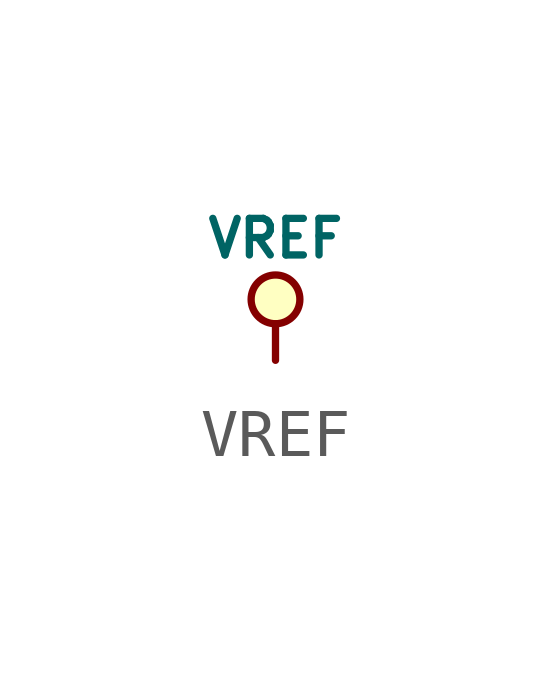
<source format=kicad_sym>
(kicad_symbol_lib
  (version 20231120)
  (generator "kicad_symbol_editor")
  (generator_version "8.0")
  (symbol "VREF"
    (power)
    (pin_names
      (offset 0))
    (property "Reference" "#PWR"
      (at 0 2.54 0)
      (effects (font (size 0.762 0.762)) (hide yes)))
    (property "Value" "VREF"
      (at 0 2.54 0)
      (effects (font (size 0.762 0.762))))
    (property "Footprint" ""
      (at 0 0 0)
      (effects (font (size 1.524 1.524))))
    (property "Datasheet" ""
      (at 0 0 0)
      (effects (font (size 1.524 1.524))))
    (symbol "VREF_0_0"
      (pin power_in line (at 0 0 90) (length 0) hide (name "VREF" (effects (font (size 0.508 0.508)))) (number "1" (effects (font (size 0.508 0.508))))))
    (symbol "VREF_0_1"
      (polyline (pts (xy 0 0) (xy 0 0.762) (xy 0 0.762)) (stroke (width 0) (type default)) (fill (type none)))
      (circle (center 0 1.27) (radius 0.508) (stroke (width 0) (type default)) (fill (type background))))))
</source>
